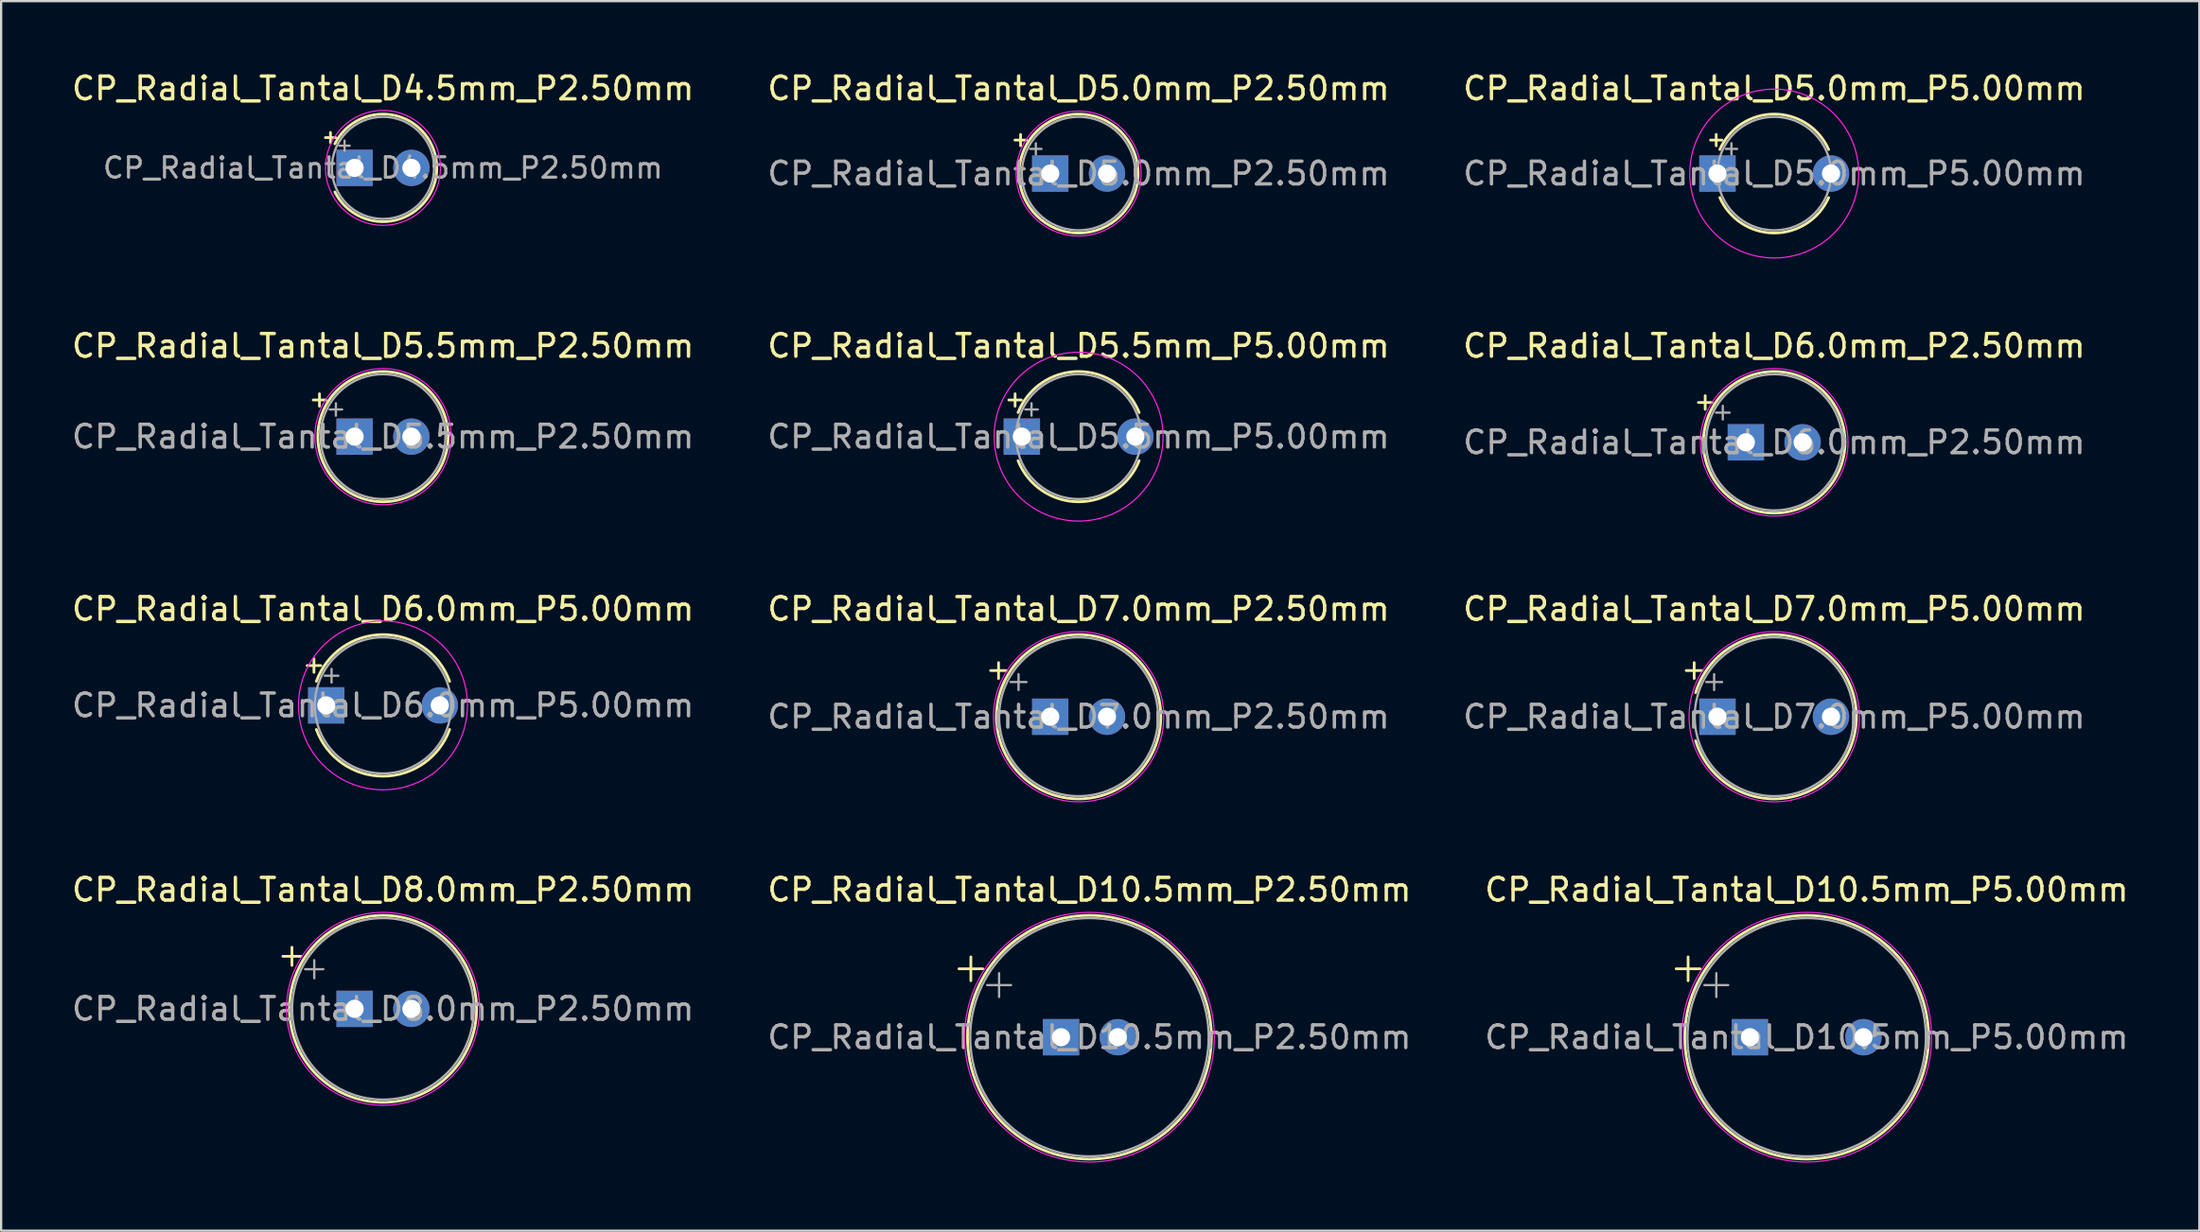
<source format=kicad_pcb>
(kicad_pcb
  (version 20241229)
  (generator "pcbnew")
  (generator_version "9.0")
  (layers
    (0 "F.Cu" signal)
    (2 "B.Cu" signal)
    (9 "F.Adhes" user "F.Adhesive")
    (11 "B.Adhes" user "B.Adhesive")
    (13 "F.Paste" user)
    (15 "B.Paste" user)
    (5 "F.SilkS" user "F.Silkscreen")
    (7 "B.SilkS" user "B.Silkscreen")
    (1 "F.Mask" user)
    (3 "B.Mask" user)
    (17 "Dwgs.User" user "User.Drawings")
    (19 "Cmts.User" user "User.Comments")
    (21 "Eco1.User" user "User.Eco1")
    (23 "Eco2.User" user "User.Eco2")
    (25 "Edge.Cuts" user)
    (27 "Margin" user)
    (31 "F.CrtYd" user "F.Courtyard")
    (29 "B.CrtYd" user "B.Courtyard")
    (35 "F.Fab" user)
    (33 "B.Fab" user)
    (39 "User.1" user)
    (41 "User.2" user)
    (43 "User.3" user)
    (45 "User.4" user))
  (footprint "CP_Radial_Tantal_D7.0mm_P5.00mm"
    (layer "F.Cu")
    (at 72.577 28.535)
    (property "Reference" "CP_Radial_Tantal_D7.0mm_P5.00mm" (at 2.5 -4.75 0) (layer "F.SilkS") (effects (font (size 1 1) (thickness 0.15))))
    (attr through_hole)
    (fp_line (start -1.375 -2.035) (end -0.675 -2.035) (stroke (width 0.12) (type solid)) (layer "F.SilkS"))
    (fp_line (start -1.025 -2.385) (end -1.025 -1.685) (stroke (width 0.12) (type solid)) (layer "F.SilkS"))
    (fp_arc (start -0.961329 -1.06) (mid 6.12 0) (end -0.961329 1.06) (stroke (width 0.12) (type solid)) (layer "F.SilkS"))
    (fp_circle (center 2.5 0) (end 6.25 0) (stroke (width 0.05) (type solid)) (fill no) (layer "F.CrtYd"))
    (fp_line (start -0.496 -1.528) (end 0.204 -1.528) (stroke (width 0.1) (type solid)) (layer "F.Fab"))
    (fp_line (start -0.146 -1.877) (end -0.146 -1.177) (stroke (width 0.1) (type solid)) (layer "F.Fab"))
    (fp_circle (center 2.5 0) (end 6 0) (stroke (width 0.1) (type solid)) (fill no) (layer "F.Fab"))
    (fp_text user "${REFERENCE}" (at 2.5 0 0) (layer "F.Fab") (effects (font (size 1 1) (thickness 0.15))))
    (pad "1" thru_hole rect (at 0 0) (size 1.6 1.6) (drill 0.8) (layers "*.Cu" "*.Mask"))
    (pad "2" thru_hole circle (at 5 0) (size 1.6 1.6) (drill 0.8) (layers "*.Cu" "*.Mask")))
  (footprint "CP_Radial_Tantal_D5.0mm_P2.50mm"
    (layer "F.Cu")
    (at 43.196 4.598)
    (property "Reference" "CP_Radial_Tantal_D5.0mm_P2.50mm" (at 1.25 -3.75 0) (layer "F.SilkS") (effects (font (size 1 1) (thickness 0.15))))
    (attr through_hole)
    (fp_line (start -1.555 -1.475) (end -1.055 -1.475) (stroke (width 0.12) (type solid)) (layer "F.SilkS"))
    (fp_line (start -1.305 -1.725) (end -1.305 -1.225) (stroke (width 0.12) (type solid)) (layer "F.SilkS"))
    (fp_circle (center 1.25 0) (end 3.87 0) (stroke (width 0.12) (type solid)) (fill no) (layer "F.SilkS"))
    (fp_circle (center 1.25 0) (end 4 0) (stroke (width 0.05) (type solid)) (fill no) (layer "F.CrtYd"))
    (fp_line (start -0.884 -1.087) (end -0.384 -1.087) (stroke (width 0.1) (type solid)) (layer "F.Fab"))
    (fp_line (start -0.634 -1.337) (end -0.634 -0.838) (stroke (width 0.1) (type solid)) (layer "F.Fab"))
    (fp_circle (center 1.25 0) (end 3.75 0) (stroke (width 0.1) (type solid)) (fill no) (layer "F.Fab"))
    (fp_text user "${REFERENCE}" (at 1.25 0 0) (layer "F.Fab") (effects (font (size 1 1) (thickness 0.15))))
    (pad "1" thru_hole rect (at 0 0) (size 1.6 1.6) (drill 0.8) (layers "*.Cu" "*.Mask"))
    (pad "2" thru_hole circle (at 2.5 0) (size 1.6 1.6) (drill 0.8) (layers "*.Cu" "*.Mask")))
  (footprint "CP_Radial_Tantal_D6.0mm_P2.50mm"
    (layer "F.Cu")
    (at 73.827 16.442)
    (property "Reference" "CP_Radial_Tantal_D6.0mm_P2.50mm" (at 1.25 -4.25 0) (layer "F.SilkS") (effects (font (size 1 1) (thickness 0.15))))
    (attr through_hole)
    (fp_line (start -2.09 -1.755) (end -1.49 -1.755) (stroke (width 0.12) (type solid)) (layer "F.SilkS"))
    (fp_line (start -1.79 -2.055) (end -1.79 -1.455) (stroke (width 0.12) (type solid)) (layer "F.SilkS"))
    (fp_circle (center 1.25 0) (end 4.37 0) (stroke (width 0.12) (type solid)) (fill no) (layer "F.SilkS"))
    (fp_circle (center 1.25 0) (end 4.5 0) (stroke (width 0.05) (type solid)) (fill no) (layer "F.CrtYd"))
    (fp_line (start -1.315 -1.308) (end -0.715 -1.308) (stroke (width 0.1) (type solid)) (layer "F.Fab"))
    (fp_line (start -1.015 -1.607) (end -1.015 -1.008) (stroke (width 0.1) (type solid)) (layer "F.Fab"))
    (fp_circle (center 1.25 0) (end 4.25 0) (stroke (width 0.1) (type solid)) (fill no) (layer "F.Fab"))
    (fp_text user "${REFERENCE}" (at 1.25 0 0) (layer "F.Fab") (effects (font (size 1 1) (thickness 0.15))))
    (pad "1" thru_hole rect (at 0 0) (size 1.6 1.6) (drill 0.8) (layers "*.Cu" "*.Mask"))
    (pad "2" thru_hole circle (at 2.5 0) (size 1.6 1.6) (drill 0.8) (layers "*.Cu" "*.Mask")))
  (footprint "CP_Radial_Tantal_D5.5mm_P2.50mm"
    (layer "F.Cu")
    (at 12.565 16.192)
    (property "Reference" "CP_Radial_Tantal_D5.5mm_P2.50mm" (at 1.25 -4 0) (layer "F.SilkS") (effects (font (size 1 1) (thickness 0.15))))
    (attr through_hole)
    (fp_line (start -1.822 -1.615) (end -1.272 -1.615) (stroke (width 0.12) (type solid)) (layer "F.SilkS"))
    (fp_line (start -1.547 -1.89) (end -1.547 -1.34) (stroke (width 0.12) (type solid)) (layer "F.SilkS"))
    (fp_circle (center 1.25 0) (end 4.12 0) (stroke (width 0.12) (type solid)) (fill no) (layer "F.SilkS"))
    (fp_circle (center 1.25 0) (end 4.25 0) (stroke (width 0.05) (type solid)) (fill no) (layer "F.CrtYd"))
    (fp_line (start -1.099 -1.198) (end -0.549 -1.198) (stroke (width 0.1) (type solid)) (layer "F.Fab"))
    (fp_line (start -0.824 -1.472) (end -0.824 -0.922) (stroke (width 0.1) (type solid)) (layer "F.Fab"))
    (fp_circle (center 1.25 0) (end 4 0) (stroke (width 0.1) (type solid)) (fill no) (layer "F.Fab"))
    (fp_text user "${REFERENCE}" (at 1.25 0 0) (layer "F.Fab") (effects (font (size 1 1) (thickness 0.15))))
    (pad "1" thru_hole rect (at 0 0) (size 1.6 1.6) (drill 0.8) (layers "*.Cu" "*.Mask"))
    (pad "2" thru_hole circle (at 2.5 0) (size 1.6 1.6) (drill 0.8) (layers "*.Cu" "*.Mask")))
  (footprint "CP_Radial_Tantal_D6.0mm_P5.00mm"
    (layer "F.Cu")
    (at 11.315 28.035)
    (property "Reference" "CP_Radial_Tantal_D6.0mm_P5.00mm" (at 2.5 -4.25 0) (layer "F.SilkS") (effects (font (size 1 1) (thickness 0.15))))
    (attr through_hole)
    (fp_line (start -0.84 -1.755) (end -0.24 -1.755) (stroke (width 0.12) (type solid)) (layer "F.SilkS"))
    (fp_line (start -0.54 -2.055) (end -0.54 -1.455) (stroke (width 0.12) (type solid)) (layer "F.SilkS"))
    (fp_arc (start -0.434416 -1.06) (mid 2.5 -3.12) (end 5.434416 -1.06) (stroke (width 0.12) (type solid)) (layer "F.SilkS"))
    (fp_arc (start 5.434416 1.06) (mid 2.5 3.12) (end -0.434416 1.06) (stroke (width 0.12) (type solid)) (layer "F.SilkS"))
    (fp_circle (center 2.5 0) (end 6.22 0) (stroke (width 0.05) (type solid)) (fill no) (layer "F.CrtYd"))
    (fp_line (start -0.065 -1.308) (end 0.535 -1.308) (stroke (width 0.1) (type solid)) (layer "F.Fab"))
    (fp_line (start 0.235 -1.607) (end 0.235 -1.008) (stroke (width 0.1) (type solid)) (layer "F.Fab"))
    (fp_circle (center 2.5 0) (end 5.5 0) (stroke (width 0.1) (type solid)) (fill no) (layer "F.Fab"))
    (fp_text user "${REFERENCE}" (at 2.5 0 0) (layer "F.Fab") (effects (font (size 1 1) (thickness 0.15))))
    (pad "1" thru_hole rect (at 0 0) (size 1.6 1.6) (drill 0.8) (layers "*.Cu" "*.Mask"))
    (pad "2" thru_hole circle (at 5 0) (size 1.6 1.6) (drill 0.8) (layers "*.Cu" "*.Mask")))
  (footprint "CP_Radial_Tantal_D8.0mm_P2.50mm"
    (layer "F.Cu")
    (at 12.565 41.408)
    (property "Reference" "CP_Radial_Tantal_D8.0mm_P2.50mm" (at 1.25 -5.25 0) (layer "F.SilkS") (effects (font (size 1 1) (thickness 0.15))))
    (attr through_hole)
    (fp_line (start -3.16 -2.315) (end -2.36 -2.315) (stroke (width 0.12) (type solid)) (layer "F.SilkS"))
    (fp_line (start -2.76 -2.715) (end -2.76 -1.915) (stroke (width 0.12) (type solid)) (layer "F.SilkS"))
    (fp_circle (center 1.25 0) (end 5.37 0) (stroke (width 0.12) (type solid)) (fill no) (layer "F.SilkS"))
    (fp_circle (center 1.25 0) (end 5.5 0) (stroke (width 0.05) (type solid)) (fill no) (layer "F.CrtYd"))
    (fp_line (start -2.177 -1.748) (end -1.377 -1.748) (stroke (width 0.1) (type solid)) (layer "F.Fab"))
    (fp_line (start -1.777 -2.147) (end -1.777 -1.347) (stroke (width 0.1) (type solid)) (layer "F.Fab"))
    (fp_circle (center 1.25 0) (end 5.25 0) (stroke (width 0.1) (type solid)) (fill no) (layer "F.Fab"))
    (fp_text user "${REFERENCE}" (at 1.25 0 0) (layer "F.Fab") (effects (font (size 1 1) (thickness 0.15))))
    (pad "1" thru_hole rect (at 0 0) (size 1.6 1.6) (drill 0.8) (layers "*.Cu" "*.Mask"))
    (pad "2" thru_hole circle (at 2.5 0) (size 1.6 1.6) (drill 0.8) (layers "*.Cu" "*.Mask")))
  (footprint "CP_Radial_Tantal_D7.0mm_P2.50mm"
    (layer "F.Cu")
    (at 43.196 28.535)
    (property "Reference" "CP_Radial_Tantal_D7.0mm_P2.50mm" (at 1.25 -4.75 0) (layer "F.SilkS") (effects (font (size 1 1) (thickness 0.15))))
    (attr through_hole)
    (fp_line (start -2.625 -2.035) (end -1.925 -2.035) (stroke (width 0.12) (type solid)) (layer "F.SilkS"))
    (fp_line (start -2.275 -2.385) (end -2.275 -1.685) (stroke (width 0.12) (type solid)) (layer "F.SilkS"))
    (fp_circle (center 1.25 0) (end 4.87 0) (stroke (width 0.12) (type solid)) (fill no) (layer "F.SilkS"))
    (fp_circle (center 1.25 0) (end 5 0) (stroke (width 0.05) (type solid)) (fill no) (layer "F.CrtYd"))
    (fp_line (start -1.746 -1.528) (end -1.046 -1.528) (stroke (width 0.1) (type solid)) (layer "F.Fab"))
    (fp_line (start -1.396 -1.877) (end -1.396 -1.177) (stroke (width 0.1) (type solid)) (layer "F.Fab"))
    (fp_circle (center 1.25 0) (end 4.75 0) (stroke (width 0.1) (type solid)) (fill no) (layer "F.Fab"))
    (fp_text user "${REFERENCE}" (at 1.25 0 0) (layer "F.Fab") (effects (font (size 1 1) (thickness 0.15))))
    (pad "1" thru_hole rect (at 0 0) (size 1.6 1.6) (drill 0.8) (layers "*.Cu" "*.Mask"))
    (pad "2" thru_hole circle (at 2.5 0) (size 1.6 1.6) (drill 0.8) (layers "*.Cu" "*.Mask")))
  (footprint "CP_Radial_Tantal_D10.5mm_P2.50mm"
    (layer "F.Cu")
    (at 43.673 42.658)
    (property "Reference" "CP_Radial_Tantal_D10.5mm_P2.50mm" (at 1.25 -6.5 0) (layer "F.SilkS") (effects (font (size 1 1) (thickness 0.15))))
    (attr through_hole)
    (fp_line (start -4.497 -3.015) (end -3.447 -3.015) (stroke (width 0.12) (type solid)) (layer "F.SilkS"))
    (fp_line (start -3.972 -3.54) (end -3.972 -2.49) (stroke (width 0.12) (type solid)) (layer "F.SilkS"))
    (fp_circle (center 1.25 0) (end 6.62 0) (stroke (width 0.12) (type solid)) (fill no) (layer "F.SilkS"))
    (fp_circle (center 1.25 0) (end 6.75 0) (stroke (width 0.05) (type solid)) (fill no) (layer "F.CrtYd"))
    (fp_line (start -3.254 -2.297) (end -2.204 -2.297) (stroke (width 0.1) (type solid)) (layer "F.Fab"))
    (fp_line (start -2.729 -2.822) (end -2.729 -1.772) (stroke (width 0.1) (type solid)) (layer "F.Fab"))
    (fp_circle (center 1.25 0) (end 6.5 0) (stroke (width 0.1) (type solid)) (fill no) (layer "F.Fab"))
    (fp_text user "${REFERENCE}" (at 1.25 0 0) (layer "F.Fab") (effects (font (size 1 1) (thickness 0.15))))
    (pad "1" thru_hole rect (at 0 0) (size 1.6 1.6) (drill 0.8) (layers "*.Cu" "*.Mask"))
    (pad "2" thru_hole circle (at 2.5 0) (size 1.6 1.6) (drill 0.8) (layers "*.Cu" "*.Mask")))
  (footprint "CP_Radial_Tantal_D5.0mm_P5.00mm"
    (layer "F.Cu")
    (at 72.577 4.598)
    (property "Reference" "CP_Radial_Tantal_D5.0mm_P5.00mm" (at 2.5 -3.75 0) (layer "F.SilkS") (effects (font (size 1 1) (thickness 0.15))))
    (attr through_hole)
    (fp_line (start -0.305 -1.475) (end 0.195 -1.475) (stroke (width 0.12) (type solid)) (layer "F.SilkS"))
    (fp_line (start -0.055 -1.725) (end -0.055 -1.225) (stroke (width 0.12) (type solid)) (layer "F.SilkS"))
    (fp_arc (start 0.104003 -1.06) (mid 2.5 -2.62) (end 4.895997 -1.06) (stroke (width 0.12) (type solid)) (layer "F.SilkS"))
    (fp_arc (start 4.895997 1.06) (mid 2.5 2.62) (end 0.104003 1.06) (stroke (width 0.12) (type solid)) (layer "F.SilkS"))
    (fp_circle (center 2.5 0) (end 6.22 0) (stroke (width 0.05) (type solid)) (fill no) (layer "F.CrtYd"))
    (fp_line (start 0.366 -1.087) (end 0.866 -1.087) (stroke (width 0.1) (type solid)) (layer "F.Fab"))
    (fp_line (start 0.616 -1.337) (end 0.616 -0.838) (stroke (width 0.1) (type solid)) (layer "F.Fab"))
    (fp_circle (center 2.5 0) (end 5 0) (stroke (width 0.1) (type solid)) (fill no) (layer "F.Fab"))
    (fp_text user "${REFERENCE}" (at 2.5 0 0) (layer "F.Fab") (effects (font (size 1 1) (thickness 0.15))))
    (pad "1" thru_hole rect (at 0 0) (size 1.6 1.6) (drill 0.8) (layers "*.Cu" "*.Mask"))
    (pad "2" thru_hole circle (at 5 0) (size 1.6 1.6) (drill 0.8) (layers "*.Cu" "*.Mask")))
  (footprint "CP_Radial_Tantal_D5.5mm_P5.00mm"
    (layer "F.Cu")
    (at 41.946 16.192)
    (property "Reference" "CP_Radial_Tantal_D5.5mm_P5.00mm" (at 2.5 -4 0) (layer "F.SilkS") (effects (font (size 1 1) (thickness 0.15))))
    (attr through_hole)
    (fp_line (start -0.572 -1.615) (end -0.022 -1.615) (stroke (width 0.12) (type solid)) (layer "F.SilkS"))
    (fp_line (start -0.297 -1.89) (end -0.297 -1.34) (stroke (width 0.12) (type solid)) (layer "F.SilkS"))
    (fp_arc (start -0.167077 -1.06) (mid 2.5 -2.87) (end 5.167077 -1.06) (stroke (width 0.12) (type solid)) (layer "F.SilkS"))
    (fp_arc (start 5.167077 1.06) (mid 2.5 2.87) (end -0.167077 1.06) (stroke (width 0.12) (type solid)) (layer "F.SilkS"))
    (fp_circle (center 2.5 0) (end 6.22 0) (stroke (width 0.05) (type solid)) (fill no) (layer "F.CrtYd"))
    (fp_line (start 0.151 -1.198) (end 0.701 -1.198) (stroke (width 0.1) (type solid)) (layer "F.Fab"))
    (fp_line (start 0.426 -1.472) (end 0.426 -0.922) (stroke (width 0.1) (type solid)) (layer "F.Fab"))
    (fp_circle (center 2.5 0) (end 5.25 0) (stroke (width 0.1) (type solid)) (fill no) (layer "F.Fab"))
    (fp_text user "${REFERENCE}" (at 2.5 0 0) (layer "F.Fab") (effects (font (size 1 1) (thickness 0.15))))
    (pad "1" thru_hole rect (at 0 0) (size 1.6 1.6) (drill 0.8) (layers "*.Cu" "*.Mask"))
    (pad "2" thru_hole circle (at 5 0) (size 1.6 1.6) (drill 0.8) (layers "*.Cu" "*.Mask")))
  (footprint "CP_Radial_Tantal_D10.5mm_P5.00mm"
    (layer "F.Cu")
    (at 74.006 42.658)
    (property "Reference" "CP_Radial_Tantal_D10.5mm_P5.00mm" (at 2.5 -6.5 0) (layer "F.SilkS") (effects (font (size 1 1) (thickness 0.15))))
    (attr through_hole)
    (fp_line (start -3.247 -3.015) (end -2.197 -3.015) (stroke (width 0.12) (type solid)) (layer "F.SilkS"))
    (fp_line (start -2.722 -3.54) (end -2.722 -2.49) (stroke (width 0.12) (type solid)) (layer "F.SilkS"))
    (fp_circle (center 2.5 0) (end 7.87 0) (stroke (width 0.12) (type solid)) (fill no) (layer "F.SilkS"))
    (fp_circle (center 2.5 0) (end 8 0) (stroke (width 0.05) (type solid)) (fill no) (layer "F.CrtYd"))
    (fp_line (start -2.004 -2.297) (end -0.954 -2.297) (stroke (width 0.1) (type solid)) (layer "F.Fab"))
    (fp_line (start -1.479 -2.822) (end -1.479 -1.772) (stroke (width 0.1) (type solid)) (layer "F.Fab"))
    (fp_circle (center 2.5 0) (end 7.75 0) (stroke (width 0.1) (type solid)) (fill no) (layer "F.Fab"))
    (fp_text user "${REFERENCE}" (at 2.5 0 0) (layer "F.Fab") (effects (font (size 1 1) (thickness 0.15))))
    (pad "1" thru_hole rect (at 0 0) (size 1.6 1.6) (drill 0.8) (layers "*.Cu" "*.Mask"))
    (pad "2" thru_hole circle (at 5 0) (size 1.6 1.6) (drill 0.8) (layers "*.Cu" "*.Mask")))
  (footprint "CP_Radial_Tantal_D4.5mm_P2.50mm"
    (layer "F.Cu")
    (at 12.565 4.348)
    (property "Reference" "CP_Radial_Tantal_D4.5mm_P2.50mm" (at 1.25 -3.5 0) (layer "F.SilkS") (effects (font (size 1 1) (thickness 0.15))))
    (attr through_hole)
    (fp_line (start -1.287 -1.335) (end -0.837 -1.335) (stroke (width 0.12) (type solid)) (layer "F.SilkS"))
    (fp_line (start -1.062 -1.56) (end -1.062 -1.11) (stroke (width 0.12) (type solid)) (layer "F.SilkS"))
    (fp_arc (start -0.869741 -1.06) (mid 3.62 0) (end -0.869741 1.06) (stroke (width 0.12) (type solid)) (layer "F.SilkS"))
    (fp_circle (center 1.25 0) (end 3.78 0) (stroke (width 0.05) (type solid)) (fill no) (layer "F.CrtYd"))
    (fp_line (start -0.668 -0.978) (end -0.218 -0.978) (stroke (width 0.1) (type solid)) (layer "F.Fab"))
    (fp_line (start -0.443 -1.202) (end -0.443 -0.752) (stroke (width 0.1) (type solid)) (layer "F.Fab"))
    (fp_circle (center 1.25 0) (end 3.5 0) (stroke (width 0.1) (type solid)) (fill no) (layer "F.Fab"))
    (fp_text user "${REFERENCE}" (at 1.25 0 0) (layer "F.Fab") (effects (font (size 0.9 0.9) (thickness 0.135))))
    (pad "1" thru_hole rect (at 0 0) (size 1.6 1.6) (drill 0.8) (layers "*.Cu" "*.Mask"))
    (pad "2" thru_hole circle (at 2.5 0) (size 1.6 1.6) (drill 0.8) (layers "*.Cu" "*.Mask")))
  (gr_rect
    (start -3 -3)
    (end 93.798 51.183)
    (stroke (width 0.1) (type default))
    (fill no)
    (layer "Edge.Cuts")))
</source>
